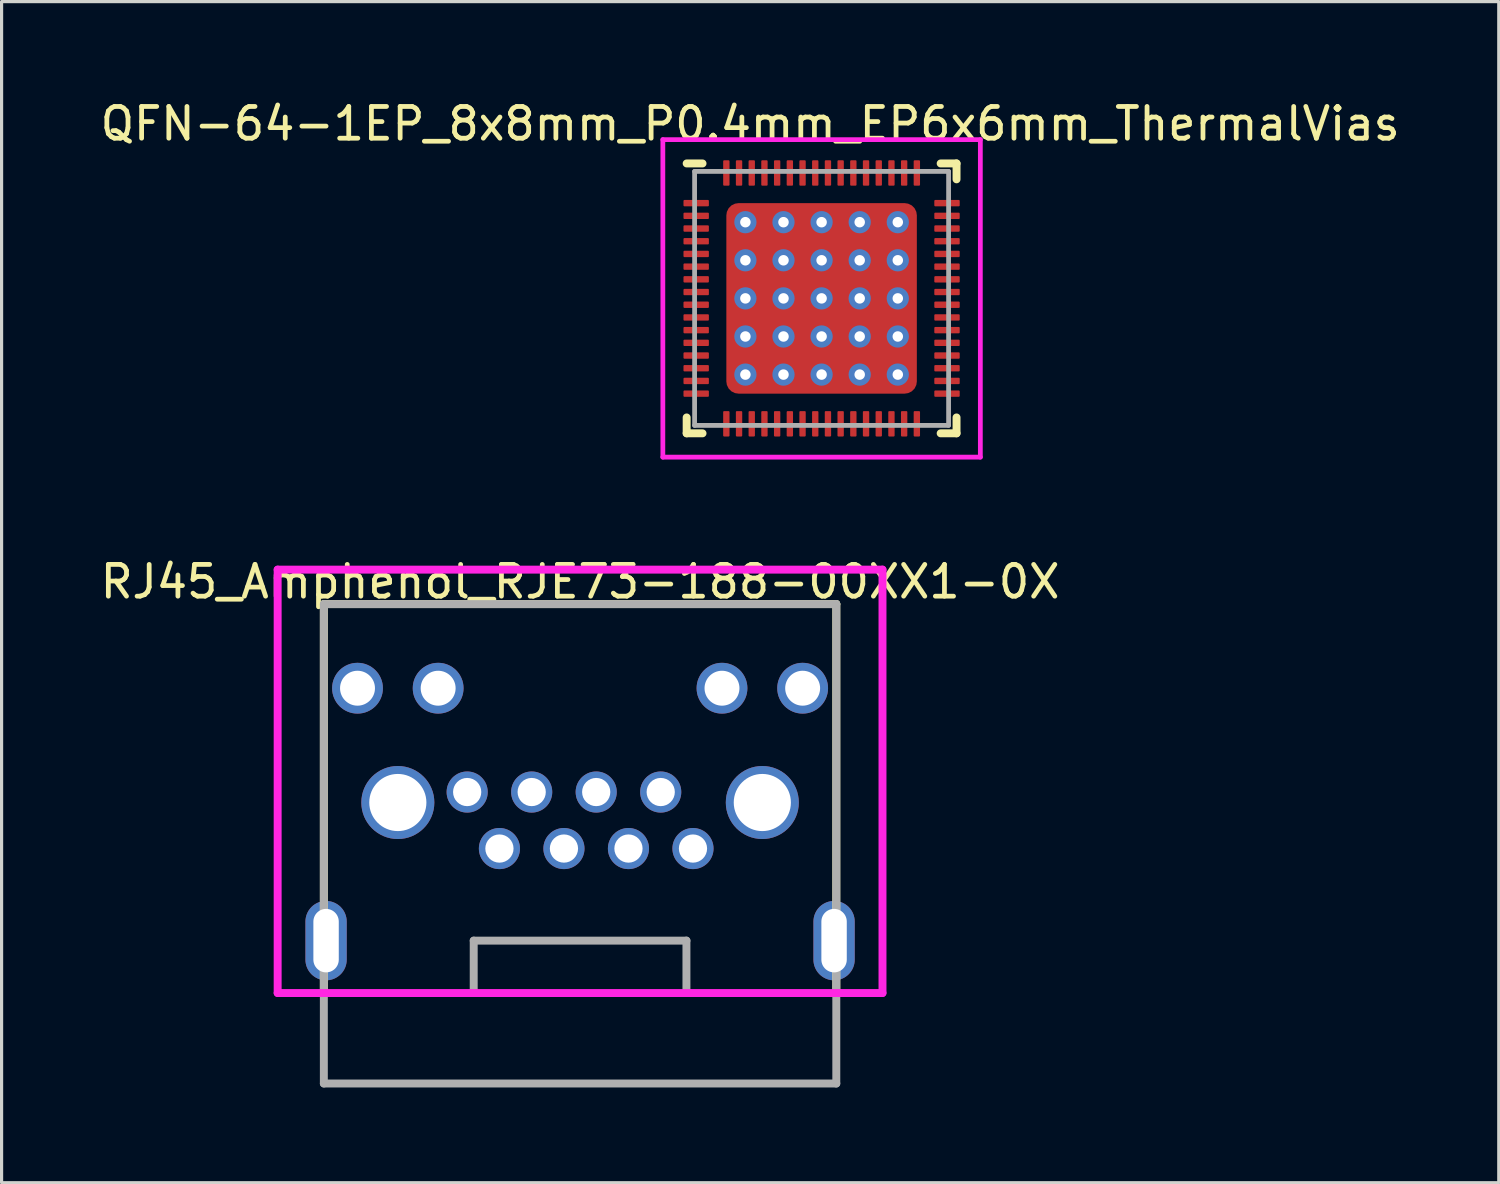
<source format=kicad_pcb>
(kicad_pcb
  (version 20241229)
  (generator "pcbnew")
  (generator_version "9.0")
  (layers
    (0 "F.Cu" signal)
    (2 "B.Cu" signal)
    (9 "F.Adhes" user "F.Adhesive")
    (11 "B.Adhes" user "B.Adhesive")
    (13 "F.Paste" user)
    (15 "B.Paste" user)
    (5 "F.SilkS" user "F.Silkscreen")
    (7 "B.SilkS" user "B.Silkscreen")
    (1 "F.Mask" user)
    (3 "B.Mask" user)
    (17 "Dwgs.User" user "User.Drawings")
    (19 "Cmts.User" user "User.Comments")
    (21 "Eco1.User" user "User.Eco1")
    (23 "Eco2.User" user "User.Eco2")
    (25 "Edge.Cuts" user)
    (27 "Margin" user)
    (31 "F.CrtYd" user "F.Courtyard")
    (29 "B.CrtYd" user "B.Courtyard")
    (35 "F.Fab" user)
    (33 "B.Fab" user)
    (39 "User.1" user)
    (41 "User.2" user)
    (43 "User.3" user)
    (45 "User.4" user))
  (footprint "RJ45_Amphenol_RJE73-188-00XX1-0X"
    (layer "F.Cu")
    (at 15.22 28.226)
    (property "Reference" "RJ45_Amphenol_RJE73-188-00XX1-0X" (at 0 -12.954 0) (layer "F.SilkS") (effects (font (size 1 1) (thickness 0.15))))
    (attr through_hole)
    (fp_line (start -8.07 -12.25) (end 8.07 -12.25) (stroke (width 0.25) (type solid)) (layer "F.SilkS"))
    (fp_line (start -8.07 0) (end -8.07 -12.25) (stroke (width 0.25) (type solid)) (layer "F.SilkS"))
    (fp_line (start 8.07 -12.25) (end 8.07 0) (stroke (width 0.25) (type solid)) (layer "F.SilkS"))
    (fp_line (start -9.525 -13.335) (end 9.525 -13.335) (stroke (width 0.25) (type solid)) (layer "F.CrtYd"))
    (fp_line (start -9.525 0) (end -9.525 -13.335) (stroke (width 0.25) (type solid)) (layer "F.CrtYd"))
    (fp_line (start -9.525 0) (end 9.525 0) (stroke (width 0.25) (type solid)) (layer "F.CrtYd"))
    (fp_line (start 9.525 -13.335) (end 9.525 0) (stroke (width 0.25) (type solid)) (layer "F.CrtYd"))
    (fp_line (start -8.07 -12.25) (end -8.07 2.85) (stroke (width 0.25) (type solid)) (layer "F.Fab"))
    (fp_line (start -8.07 2.85) (end 8.07 2.85) (stroke (width 0.25) (type solid)) (layer "F.Fab"))
    (fp_line (start -3.35 -1.65) (end 3.35 -1.65) (stroke (width 0.25) (type solid)) (layer "F.Fab"))
    (fp_line (start -3.35 0) (end -3.35 -1.65) (stroke (width 0.25) (type solid)) (layer "F.Fab"))
    (fp_line (start 3.35 -1.65) (end 3.35 0) (stroke (width 0.25) (type solid)) (layer "F.Fab"))
    (fp_line (start 8.07 -12.25) (end -8.07 -12.25) (stroke (width 0.25) (type solid)) (layer "F.Fab"))
    (fp_line (start 8.07 2.85) (end 8.07 -12.25) (stroke (width 0.25) (type solid)) (layer "F.Fab"))
    (pad "" np_thru_hole circle (at -5.74 -6) (size 2.3 2.3) (drill 1.8) (layers "*.Cu" "*.Mask"))
    (pad "" np_thru_hole circle (at 5.74 -6) (size 2.3 2.3) (drill 1.8) (layers "*.Cu" "*.Mask"))
    (pad "1" thru_hole circle (at -3.556 -6.33) (size 1.295 1.295) (drill 0.889) (layers "*.Cu" "*.Mask"))
    (pad "2" thru_hole circle (at -2.54 -4.55) (size 1.295 1.295) (drill 0.889) (layers "*.Cu" "*.Mask"))
    (pad "3" thru_hole circle (at -1.524 -6.33) (size 1.295 1.295) (drill 0.889) (layers "*.Cu" "*.Mask"))
    (pad "4" thru_hole circle (at -0.508 -4.55) (size 1.295 1.295) (drill 0.889) (layers "*.Cu" "*.Mask"))
    (pad "5" thru_hole circle (at 0.508 -6.33) (size 1.295 1.295) (drill 0.889) (layers "*.Cu" "*.Mask"))
    (pad "6" thru_hole circle (at 1.524 -4.55) (size 1.295 1.295) (drill 0.889) (layers "*.Cu" "*.Mask"))
    (pad "7" thru_hole circle (at 2.54 -6.33) (size 1.295 1.295) (drill 0.889) (layers "*.Cu" "*.Mask"))
    (pad "8" thru_hole circle (at 3.556 -4.55) (size 1.295 1.295) (drill 0.889) (layers "*.Cu" "*.Mask"))
    (pad "9" thru_hole circle (at -7.01 -9.6) (size 1.6 1.6) (drill 1.1) (layers "*.Cu" "*.Mask"))
    (pad "10" thru_hole circle (at -4.47 -9.6) (size 1.6 1.6) (drill 1.1) (layers "*.Cu" "*.Mask"))
    (pad "11" thru_hole circle (at 4.47 -9.6) (size 1.6 1.6) (drill 1.1) (layers "*.Cu" "*.Mask"))
    (pad "12" thru_hole circle (at 7.01 -9.6) (size 1.6 1.6) (drill 1.1) (layers "*.Cu" "*.Mask"))
    (pad "SH" thru_hole oval (at -8 -1.65) (size 1.3 2.5) (drill oval 0.8 2) (layers "*.Cu" "*.Mask"))
    (pad "SH" thru_hole oval (at 8 -1.65) (size 1.3 2.5) (drill oval 0.8 2) (layers "*.Cu" "*.Mask")))
  (footprint "QFN-64-1EP_8x8mm_P0.4mm_EP6x6mm_ThermalVias"
    (layer "F.Cu")
    (at 22.827 6.348)
    (property "Reference" "QFN-64-1EP_8x8mm_P0.4mm_EP6x6mm_ThermalVias" (at -2.25 -5.5 0) (layer "F.SilkS") (effects (font (size 1 1) (thickness 0.15))))
    (attr through_hole)
    (fp_line (start -4.25 -4.25) (end -3.75 -4.25) (stroke (width 0.25) (type solid)) (layer "F.SilkS"))
    (fp_line (start -4.25 3.75) (end -4.25 4.25) (stroke (width 0.25) (type solid)) (layer "F.SilkS"))
    (fp_line (start -4.25 4.25) (end -3.75 4.25) (stroke (width 0.25) (type solid)) (layer "F.SilkS"))
    (fp_line (start 3.75 -4.25) (end 4.25 -4.25) (stroke (width 0.25) (type solid)) (layer "F.SilkS"))
    (fp_line (start 4.25 -4.25) (end 4.25 -3.75) (stroke (width 0.25) (type solid)) (layer "F.SilkS"))
    (fp_line (start 4.25 3.75) (end 4.25 4.25) (stroke (width 0.25) (type solid)) (layer "F.SilkS"))
    (fp_line (start 4.25 4.25) (end 3.75 4.25) (stroke (width 0.25) (type solid)) (layer "F.SilkS"))
    (fp_line (start -5 -5) (end 5 -5) (stroke (width 0.15) (type solid)) (layer "F.CrtYd"))
    (fp_line (start -5 5) (end -5 -5) (stroke (width 0.15) (type solid)) (layer "F.CrtYd"))
    (fp_line (start 5 -5) (end 5 5) (stroke (width 0.15) (type solid)) (layer "F.CrtYd"))
    (fp_line (start 5 5) (end -5 5) (stroke (width 0.15) (type solid)) (layer "F.CrtYd"))
    (fp_line (start -4 -4) (end 4 -4) (stroke (width 0.15) (type solid)) (layer "F.Fab"))
    (fp_line (start -4 4) (end -4 -4) (stroke (width 0.15) (type solid)) (layer "F.Fab"))
    (fp_line (start 4 -4) (end 4 4) (stroke (width 0.15) (type solid)) (layer "F.Fab"))
    (fp_line (start 4 4) (end -4 4) (stroke (width 0.15) (type solid)) (layer "F.Fab"))
    (pad "1" smd roundrect (at -3.95 -3) (size 0.8 0.2) (layers "F.Cu" "F.Mask" "F.Paste") (roundrect_rratio 0.15))
    (pad "2" smd roundrect (at -3.95 -2.6) (size 0.8 0.2) (layers "F.Cu" "F.Mask" "F.Paste") (roundrect_rratio 0.15))
    (pad "3" smd roundrect (at -3.95 -2.2) (size 0.8 0.2) (layers "F.Cu" "F.Mask" "F.Paste") (roundrect_rratio 0.15))
    (pad "4" smd roundrect (at -3.95 -1.8) (size 0.8 0.2) (layers "F.Cu" "F.Mask" "F.Paste") (roundrect_rratio 0.15))
    (pad "5" smd roundrect (at -3.95 -1.4) (size 0.8 0.2) (layers "F.Cu" "F.Mask" "F.Paste") (roundrect_rratio 0.15))
    (pad "6" smd roundrect (at -3.95 -1) (size 0.8 0.2) (layers "F.Cu" "F.Mask" "F.Paste") (roundrect_rratio 0.15))
    (pad "7" smd roundrect (at -3.95 -0.6) (size 0.8 0.2) (layers "F.Cu" "F.Mask" "F.Paste") (roundrect_rratio 0.15))
    (pad "8" smd roundrect (at -3.95 -0.2) (size 0.8 0.2) (layers "F.Cu" "F.Mask" "F.Paste") (roundrect_rratio 0.15))
    (pad "9" smd roundrect (at -3.95 0.2) (size 0.8 0.2) (layers "F.Cu" "F.Mask" "F.Paste") (roundrect_rratio 0.15))
    (pad "10" smd roundrect (at -3.95 0.6) (size 0.8 0.2) (layers "F.Cu" "F.Mask" "F.Paste") (roundrect_rratio 0.15))
    (pad "11" smd roundrect (at -3.95 1) (size 0.8 0.2) (layers "F.Cu" "F.Mask" "F.Paste") (roundrect_rratio 0.15))
    (pad "12" smd roundrect (at -3.95 1.4) (size 0.8 0.2) (layers "F.Cu" "F.Mask" "F.Paste") (roundrect_rratio 0.15))
    (pad "13" smd roundrect (at -3.95 1.8) (size 0.8 0.2) (layers "F.Cu" "F.Mask" "F.Paste") (roundrect_rratio 0.15))
    (pad "14" smd roundrect (at -3.95 2.2) (size 0.8 0.2) (layers "F.Cu" "F.Mask" "F.Paste") (roundrect_rratio 0.15))
    (pad "15" smd roundrect (at -3.95 2.6) (size 0.8 0.2) (layers "F.Cu" "F.Mask" "F.Paste") (roundrect_rratio 0.15))
    (pad "16" smd roundrect (at -3.95 3) (size 0.8 0.2) (layers "F.Cu" "F.Mask" "F.Paste") (roundrect_rratio 0.15))
    (pad "17" smd roundrect (at -3 3.95) (size 0.2 0.8) (layers "F.Cu" "F.Mask" "F.Paste") (roundrect_rratio 0.15))
    (pad "18" smd roundrect (at -2.6 3.95) (size 0.2 0.8) (layers "F.Cu" "F.Mask" "F.Paste") (roundrect_rratio 0.15))
    (pad "19" smd roundrect (at -2.2 3.95) (size 0.2 0.8) (layers "F.Cu" "F.Mask" "F.Paste") (roundrect_rratio 0.15))
    (pad "20" smd roundrect (at -1.8 3.95) (size 0.2 0.8) (layers "F.Cu" "F.Mask" "F.Paste") (roundrect_rratio 0.15))
    (pad "21" smd roundrect (at -1.4 3.95) (size 0.2 0.8) (layers "F.Cu" "F.Mask" "F.Paste") (roundrect_rratio 0.15))
    (pad "22" smd roundrect (at -1 3.95) (size 0.2 0.8) (layers "F.Cu" "F.Mask" "F.Paste") (roundrect_rratio 0.15))
    (pad "23" smd roundrect (at -0.6 3.95) (size 0.2 0.8) (layers "F.Cu" "F.Mask" "F.Paste") (roundrect_rratio 0.15))
    (pad "24" smd roundrect (at -0.2 3.95) (size 0.2 0.8) (layers "F.Cu" "F.Mask" "F.Paste") (roundrect_rratio 0.15))
    (pad "25" smd roundrect (at 0.2 3.95) (size 0.2 0.8) (layers "F.Cu" "F.Mask" "F.Paste") (roundrect_rratio 0.15))
    (pad "26" smd roundrect (at 0.6 3.95) (size 0.2 0.8) (layers "F.Cu" "F.Mask" "F.Paste") (roundrect_rratio 0.15))
    (pad "27" smd roundrect (at 1 3.95) (size 0.2 0.8) (layers "F.Cu" "F.Mask" "F.Paste") (roundrect_rratio 0.15))
    (pad "28" smd roundrect (at 1.4 3.95) (size 0.2 0.8) (layers "F.Cu" "F.Mask" "F.Paste") (roundrect_rratio 0.15))
    (pad "29" smd roundrect (at 1.8 3.95) (size 0.2 0.8) (layers "F.Cu" "F.Mask" "F.Paste") (roundrect_rratio 0.15))
    (pad "30" smd roundrect (at 2.2 3.95) (size 0.2 0.8) (layers "F.Cu" "F.Mask" "F.Paste") (roundrect_rratio 0.15))
    (pad "31" smd roundrect (at 2.6 3.95) (size 0.2 0.8) (layers "F.Cu" "F.Mask" "F.Paste") (roundrect_rratio 0.15))
    (pad "32" smd roundrect (at 3 3.95) (size 0.2 0.8) (layers "F.Cu" "F.Mask" "F.Paste") (roundrect_rratio 0.15))
    (pad "33" smd roundrect (at 3.95 3) (size 0.8 0.2) (layers "F.Cu" "F.Mask" "F.Paste") (roundrect_rratio 0.15))
    (pad "34" smd roundrect (at 3.95 2.6) (size 0.8 0.2) (layers "F.Cu" "F.Mask" "F.Paste") (roundrect_rratio 0.15))
    (pad "35" smd roundrect (at 3.95 2.2) (size 0.8 0.2) (layers "F.Cu" "F.Mask" "F.Paste") (roundrect_rratio 0.15))
    (pad "36" smd roundrect (at 3.95 1.8) (size 0.8 0.2) (layers "F.Cu" "F.Mask" "F.Paste") (roundrect_rratio 0.15))
    (pad "37" smd roundrect (at 3.95 1.4) (size 0.8 0.2) (layers "F.Cu" "F.Mask" "F.Paste") (roundrect_rratio 0.15))
    (pad "38" smd roundrect (at 3.95 1) (size 0.8 0.2) (layers "F.Cu" "F.Mask" "F.Paste") (roundrect_rratio 0.15))
    (pad "39" smd roundrect (at 3.95 0.6) (size 0.8 0.2) (layers "F.Cu" "F.Mask" "F.Paste") (roundrect_rratio 0.15))
    (pad "40" smd roundrect (at 3.95 0.2) (size 0.8 0.2) (layers "F.Cu" "F.Mask" "F.Paste") (roundrect_rratio 0.15))
    (pad "41" smd roundrect (at 3.95 -0.2) (size 0.8 0.2) (layers "F.Cu" "F.Mask" "F.Paste") (roundrect_rratio 0.15))
    (pad "42" smd roundrect (at 3.95 -0.6) (size 0.8 0.2) (layers "F.Cu" "F.Mask" "F.Paste") (roundrect_rratio 0.15))
    (pad "43" smd roundrect (at 3.95 -1) (size 0.8 0.2) (layers "F.Cu" "F.Mask" "F.Paste") (roundrect_rratio 0.15))
    (pad "44" smd roundrect (at 3.95 -1.4) (size 0.8 0.2) (layers "F.Cu" "F.Mask" "F.Paste") (roundrect_rratio 0.15))
    (pad "45" smd roundrect (at 3.95 -1.8) (size 0.8 0.2) (layers "F.Cu" "F.Mask" "F.Paste") (roundrect_rratio 0.15))
    (pad "46" smd roundrect (at 3.95 -2.2) (size 0.8 0.2) (layers "F.Cu" "F.Mask" "F.Paste") (roundrect_rratio 0.15))
    (pad "47" smd roundrect (at 3.95 -2.6) (size 0.8 0.2) (layers "F.Cu" "F.Mask" "F.Paste") (roundrect_rratio 0.15))
    (pad "48" smd roundrect (at 3.95 -3) (size 0.8 0.2) (layers "F.Cu" "F.Mask" "F.Paste") (roundrect_rratio 0.15))
    (pad "49" smd roundrect (at 3 -3.95) (size 0.2 0.8) (layers "F.Cu" "F.Mask" "F.Paste") (roundrect_rratio 0.15))
    (pad "50" smd roundrect (at 2.6 -3.95) (size 0.2 0.8) (layers "F.Cu" "F.Mask" "F.Paste") (roundrect_rratio 0.15))
    (pad "51" smd roundrect (at 2.2 -3.95) (size 0.2 0.8) (layers "F.Cu" "F.Mask" "F.Paste") (roundrect_rratio 0.15))
    (pad "52" smd roundrect (at 1.8 -3.95) (size 0.2 0.8) (layers "F.Cu" "F.Mask" "F.Paste") (roundrect_rratio 0.15))
    (pad "53" smd roundrect (at 1.4 -3.95) (size 0.2 0.8) (layers "F.Cu" "F.Mask" "F.Paste") (roundrect_rratio 0.15))
    (pad "54" smd roundrect (at 1 -3.95) (size 0.2 0.8) (layers "F.Cu" "F.Mask" "F.Paste") (roundrect_rratio 0.15))
    (pad "55" smd roundrect (at 0.6 -3.95) (size 0.2 0.8) (layers "F.Cu" "F.Mask" "F.Paste") (roundrect_rratio 0.15))
    (pad "56" smd roundrect (at 0.2 -3.95) (size 0.2 0.8) (layers "F.Cu" "F.Mask" "F.Paste") (roundrect_rratio 0.15))
    (pad "57" smd roundrect (at -0.2 -3.95) (size 0.2 0.8) (layers "F.Cu" "F.Mask" "F.Paste") (roundrect_rratio 0.15))
    (pad "58" smd roundrect (at -0.6 -3.95) (size 0.2 0.8) (layers "F.Cu" "F.Mask" "F.Paste") (roundrect_rratio 0.15))
    (pad "59" smd roundrect (at -1 -3.95) (size 0.2 0.8) (layers "F.Cu" "F.Mask" "F.Paste") (roundrect_rratio 0.15))
    (pad "60" smd roundrect (at -1.4 -3.95) (size 0.2 0.8) (layers "F.Cu" "F.Mask" "F.Paste") (roundrect_rratio 0.15))
    (pad "61" smd roundrect (at -1.8 -3.95) (size 0.2 0.8) (layers "F.Cu" "F.Mask" "F.Paste") (roundrect_rratio 0.15))
    (pad "62" smd roundrect (at -2.2 -3.95) (size 0.2 0.8) (layers "F.Cu" "F.Mask" "F.Paste") (roundrect_rratio 0.15))
    (pad "63" smd roundrect (at -2.6 -3.95) (size 0.2 0.8) (layers "F.Cu" "F.Mask" "F.Paste") (roundrect_rratio 0.15))
    (pad "64" smd roundrect (at -3 -3.95) (size 0.2 0.8) (layers "F.Cu" "F.Mask" "F.Paste") (roundrect_rratio 0.15))
    (pad "PAD" thru_hole circle (at -2.4 -2.4) (size 0.7 0.7) (drill 0.33) (layers "*.Cu" "*.Mask"))
    (pad "PAD" thru_hole circle (at -2.4 -1.2) (size 0.7 0.7) (drill 0.33) (layers "*.Cu" "*.Mask"))
    (pad "PAD" thru_hole circle (at -2.4 0) (size 0.7 0.7) (drill 0.33) (layers "*.Cu" "*.Mask"))
    (pad "PAD" thru_hole circle (at -2.4 1.2) (size 0.7 0.7) (drill 0.33) (layers "*.Cu" "*.Mask"))
    (pad "PAD" thru_hole circle (at -2.4 2.4) (size 0.7 0.7) (drill 0.33) (layers "*.Cu" "*.Mask"))
    (pad "PAD" thru_hole circle (at -1.2 -2.4) (size 0.7 0.7) (drill 0.33) (layers "*.Cu" "*.Mask"))
    (pad "PAD" thru_hole circle (at -1.2 -1.2) (size 0.7 0.7) (drill 0.33) (layers "*.Cu" "*.Mask"))
    (pad "PAD" thru_hole circle (at -1.2 0) (size 0.7 0.7) (drill 0.33) (layers "*.Cu" "*.Mask"))
    (pad "PAD" thru_hole circle (at -1.2 1.2) (size 0.7 0.7) (drill 0.33) (layers "*.Cu" "*.Mask"))
    (pad "PAD" thru_hole circle (at -1.2 2.4) (size 0.7 0.7) (drill 0.33) (layers "*.Cu" "*.Mask"))
    (pad "PAD" thru_hole circle (at 0 -2.4) (size 0.7 0.7) (drill 0.33) (layers "*.Cu" "*.Mask"))
    (pad "PAD" thru_hole circle (at 0 -1.2) (size 0.7 0.7) (drill 0.33) (layers "*.Cu" "*.Mask"))
    (pad "PAD" thru_hole circle (at 0 0) (size 0.7 0.7) (drill 0.33) (layers "*.Cu" "*.Mask"))
    (pad "PAD" smd roundrect (at 0 0) (size 6 6) (layers "F.Cu" "F.Mask" "F.Paste") (roundrect_rratio 0.064))
    (pad "PAD" thru_hole circle (at 0 1.2) (size 0.7 0.7) (drill 0.33) (layers "*.Cu" "*.Mask"))
    (pad "PAD" thru_hole circle (at 0 2.4) (size 0.7 0.7) (drill 0.33) (layers "*.Cu" "*.Mask"))
    (pad "PAD" thru_hole circle (at 1.2 -2.4) (size 0.7 0.7) (drill 0.33) (layers "*.Cu" "*.Mask"))
    (pad "PAD" thru_hole circle (at 1.2 -1.2) (size 0.7 0.7) (drill 0.33) (layers "*.Cu" "*.Mask"))
    (pad "PAD" thru_hole circle (at 1.2 0) (size 0.7 0.7) (drill 0.33) (layers "*.Cu" "*.Mask"))
    (pad "PAD" thru_hole circle (at 1.2 1.2) (size 0.7 0.7) (drill 0.33) (layers "*.Cu" "*.Mask"))
    (pad "PAD" thru_hole circle (at 1.2 2.4) (size 0.7 0.7) (drill 0.33) (layers "*.Cu" "*.Mask"))
    (pad "PAD" thru_hole circle (at 2.4 -2.4) (size 0.7 0.7) (drill 0.33) (layers "*.Cu" "*.Mask"))
    (pad "PAD" thru_hole circle (at 2.4 -1.2) (size 0.7 0.7) (drill 0.33) (layers "*.Cu" "*.Mask"))
    (pad "PAD" thru_hole circle (at 2.4 0) (size 0.7 0.7) (drill 0.33) (layers "*.Cu" "*.Mask"))
    (pad "PAD" thru_hole circle (at 2.4 1.2) (size 0.7 0.7) (drill 0.33) (layers "*.Cu" "*.Mask"))
    (pad "PAD" thru_hole circle (at 2.4 2.4) (size 0.7 0.7) (drill 0.33) (layers "*.Cu" "*.Mask")))
  (gr_rect
    (start -3 -3)
    (end 44.155 34.2)
    (stroke (width 0.1) (type default))
    (fill no)
    (layer "Edge.Cuts")))
</source>
